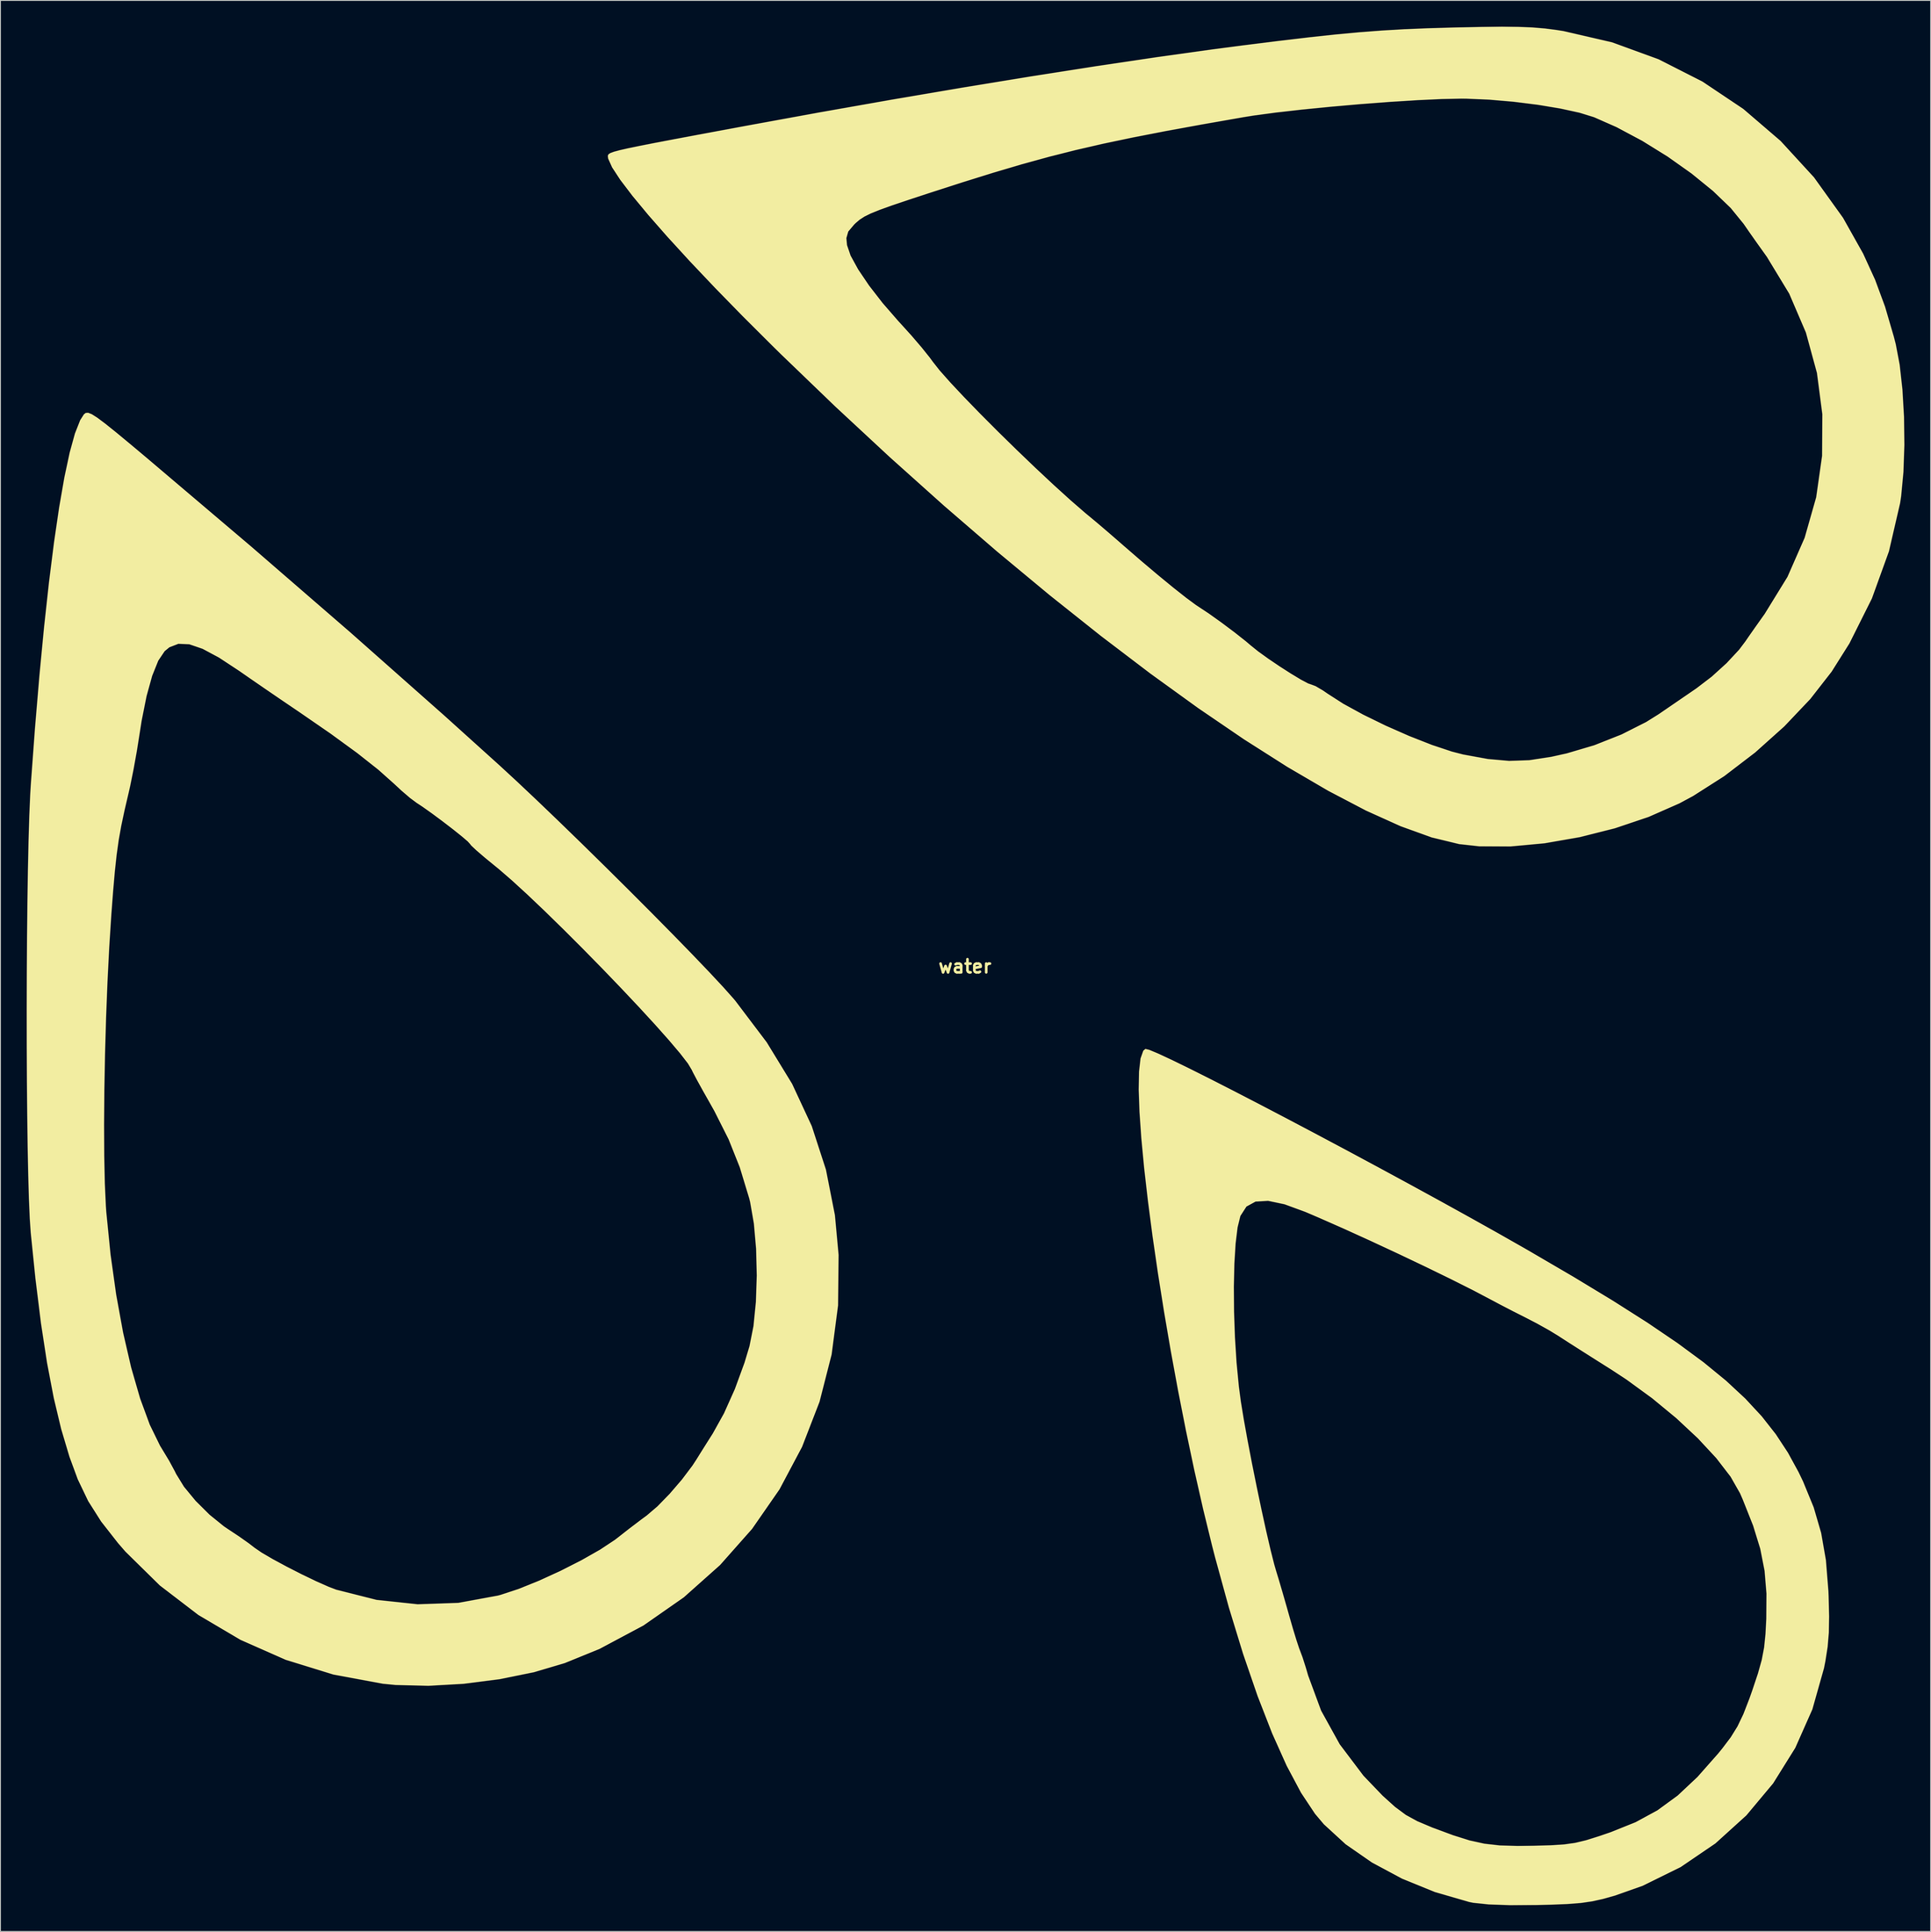
<source format=kicad_pcb>
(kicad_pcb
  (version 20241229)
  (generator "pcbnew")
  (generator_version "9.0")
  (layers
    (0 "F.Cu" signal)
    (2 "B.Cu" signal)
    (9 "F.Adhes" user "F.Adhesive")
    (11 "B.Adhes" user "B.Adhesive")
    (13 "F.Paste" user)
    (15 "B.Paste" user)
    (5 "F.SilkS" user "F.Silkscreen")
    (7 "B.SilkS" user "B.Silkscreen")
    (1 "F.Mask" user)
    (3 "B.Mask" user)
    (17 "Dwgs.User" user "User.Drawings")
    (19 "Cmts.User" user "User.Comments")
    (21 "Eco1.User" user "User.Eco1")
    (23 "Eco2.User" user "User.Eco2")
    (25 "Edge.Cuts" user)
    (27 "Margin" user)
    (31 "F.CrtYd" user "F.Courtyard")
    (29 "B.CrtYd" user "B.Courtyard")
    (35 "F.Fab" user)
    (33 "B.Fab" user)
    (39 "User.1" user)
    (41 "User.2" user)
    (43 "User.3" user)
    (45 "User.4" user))
  (footprint "water"
    (layer "F.Cu")
    (at 107.149 107.3)
    (property "Reference" "water" (at 0 0 0) (layer "F.SilkS") (effects (font (size 1.5 1.5) (thickness 0.3))))
    (attr board_only exclude_from_pos_files exclude_from_bom)
    (fp_poly (pts (xy 21.056 9.529) (xy 22.076 9.956) (xy 23.606 10.668) (xy 25.589 11.635) (xy 27.967 12.827) (xy 30.682 14.213) (xy 33.676 15.762) (xy 36.893 17.444) (xy 40.273 19.229) (xy 43.76 21.087) (xy 47.295 22.987) (xy 50.82 24.898) (xy 54.278 26.79) (xy 57.611 28.633) (xy 60.761 30.396) (xy 63.671 32.049) (xy 64.394 32.464) (xy 69.498 35.446) (xy 73.998 38.171) (xy 77.942 40.679) (xy 81.378 43.011) (xy 84.354 45.205) (xy 86.916 47.303) (xy 89.113 49.344) (xy 90.993 51.369) (xy 92.602 53.417) (xy 93.989 55.528) (xy 95.2 57.743) (xy 95.716 58.816) (xy 96.929 61.772) (xy 97.78 64.688) (xy 98.323 67.797) (xy 98.608 71.328) (xy 98.631 71.907) (xy 98.688 74.227) (xy 98.656 76.076) (xy 98.52 77.695) (xy 98.264 79.325) (xy 98.103 80.139) (xy 96.777 84.832) (xy 94.825 89.232) (xy 92.296 93.286) (xy 89.239 96.941) (xy 85.701 100.145) (xy 81.733 102.845) (xy 77.381 104.988) (xy 74.232 106.099) (xy 72.87 106.482) (xy 71.634 106.756) (xy 70.343 106.943) (xy 68.816 107.063) (xy 66.873 107.14) (xy 65.289 107.177) (xy 62.229 107.193) (xy 59.807 107.108) (xy 58.054 106.924) (xy 57.597 106.834) (xy 53.668 105.695) (xy 49.926 104.171) (xy 46.488 102.329) (xy 43.471 100.236) (xy 40.988 97.959) (xy 39.977 96.761) (xy 38.379 94.353) (xy 36.741 91.277) (xy 35.081 87.578) (xy 33.415 83.301) (xy 31.761 78.493) (xy 30.137 73.196) (xy 28.56 67.458) (xy 28.231 66.183) (xy 27.195 61.945) (xy 26.196 57.541) (xy 25.243 53.028) (xy 24.342 48.46) (xy 23.502 43.894) (xy 22.729 39.384) (xy 22.283 36.569) (xy 30.709 36.569) (xy 30.731 39.416) (xy 30.834 42.349) (xy 31.018 45.244) (xy 31.282 47.975) (xy 31.511 49.7) (xy 31.841 51.714) (xy 32.271 54.097) (xy 32.772 56.709) (xy 33.316 59.409) (xy 33.872 62.058) (xy 34.411 64.515) (xy 34.905 66.639) (xy 35.323 68.29) (xy 35.542 69.045) (xy 35.869 70.117) (xy 36.311 71.623) (xy 36.794 73.306) (xy 37.004 74.054) (xy 37.448 75.593) (xy 37.857 76.932) (xy 38.171 77.88) (xy 38.283 78.168) (xy 38.555 78.895) (xy 38.919 80.031) (xy 39.196 80.978) (xy 40.674 84.977) (xy 42.801 88.823) (xy 45.512 92.412) (xy 47.696 94.69) (xy 49.117 95.971) (xy 50.349 96.886) (xy 51.666 97.608) (xy 53.343 98.315) (xy 53.438 98.351) (xy 55.741 99.206) (xy 57.627 99.8) (xy 59.327 100.174) (xy 61.071 100.37) (xy 63.09 100.428) (xy 64.931 100.407) (xy 66.917 100.351) (xy 68.424 100.255) (xy 69.688 100.077) (xy 70.945 99.775) (xy 72.431 99.308) (xy 73.76 98.852) (xy 76.589 97.717) (xy 79.086 96.36) (xy 81.392 94.676) (xy 83.649 92.558) (xy 85.997 89.901) (xy 86.485 89.302) (xy 87.455 88.02) (xy 88.221 86.784) (xy 88.896 85.377) (xy 89.591 83.583) (xy 89.909 82.683) (xy 90.559 80.738) (xy 90.993 79.191) (xy 91.263 77.778) (xy 91.422 76.236) (xy 91.512 74.494) (xy 91.533 71.612) (xy 91.318 69.015) (xy 90.824 66.499) (xy 90.009 63.857) (xy 88.829 60.885) (xy 88.514 60.161) (xy 87.434 58.266) (xy 85.8 56.147) (xy 83.704 53.891) (xy 81.235 51.585) (xy 78.485 49.318) (xy 75.544 47.175) (xy 73.84 46.057) (xy 72.088 44.952) (xy 70.437 43.905) (xy 69.032 43.009) (xy 68.025 42.36) (xy 67.758 42.185) (xy 66.694 41.537) (xy 65.303 40.763) (xy 64.037 40.106) (xy 62.581 39.371) (xy 61.117 38.612) (xy 60.101 38.071) (xy 58.061 36.997) (xy 55.512 35.716) (xy 52.604 34.298) (xy 49.486 32.814) (xy 46.31 31.336) (xy 43.224 29.933) (xy 40.379 28.679) (xy 38.869 28.034) (xy 36.498 27.164) (xy 34.618 26.77) (xy 33.184 26.855) (xy 32.15 27.421) (xy 31.47 28.473) (xy 31.444 28.541) (xy 31.136 29.794) (xy 30.911 31.633) (xy 30.769 33.933) (xy 30.709 36.569) (xy 22.283 36.569) (xy 22.031 34.986) (xy 21.416 30.757) (xy 20.892 26.75) (xy 20.464 23.023) (xy 20.142 19.63) (xy 19.932 16.627) (xy 19.841 14.069) (xy 19.879 12.013) (xy 20.051 10.513) (xy 20.365 9.626) (xy 20.605 9.417)) (stroke (width 0) (type solid)) (fill yes) (layer "F.SilkS"))
    (fp_poly (pts (xy -99.715 -63.054) (xy -99.081 -62.652) (xy -98.167 -61.967) (xy -96.904 -60.953) (xy -95.224 -59.561) (xy -93.419 -58.047) (xy -81.484 -47.919) (xy -70.162 -38.116) (xy -59.438 -28.623) (xy -53.125 -22.928) (xy -51.122 -21.079) (xy -48.843 -18.928) (xy -46.359 -16.545) (xy -43.741 -14.002) (xy -41.059 -11.369) (xy -38.385 -8.716) (xy -35.787 -6.113) (xy -33.338 -3.632) (xy -31.108 -1.342) (xy -29.167 0.686) (xy -27.586 2.381) (xy -26.436 3.673) (xy -26.216 3.935) (xy -22.635 8.669) (xy -19.737 13.411) (xy -17.493 18.233) (xy -15.874 23.207) (xy -14.849 28.406) (xy -14.43 32.944) (xy -14.49 38.708) (xy -15.225 44.313) (xy -16.606 49.713) (xy -18.601 54.863) (xy -21.179 59.717) (xy -24.31 64.229) (xy -27.963 68.353) (xy -32.107 72.043) (xy -36.711 75.254) (xy -41.745 77.939) (xy -45.708 79.553) (xy -49.219 80.593) (xy -53.138 81.39) (xy -57.235 81.916) (xy -61.277 82.146) (xy -65.031 82.053) (xy -66.479 81.91) (xy -72.134 80.86) (xy -77.573 79.179) (xy -82.732 76.9) (xy -87.545 74.058) (xy -91.949 70.686) (xy -95.878 66.821) (xy -96.728 65.841) (xy -98.648 63.389) (xy -100.126 61.057) (xy -101.318 58.571) (xy -102.27 55.987) (xy -103.215 52.816) (xy -104.064 49.259) (xy -104.83 45.251) (xy -105.524 40.723) (xy -106.157 35.609) (xy -106.69 30.408) (xy -106.8 28.802) (xy -106.896 26.568) (xy -106.976 23.795) (xy -107.042 20.57) (xy -107.076 18.054) (xy -98.312 18.054) (xy -98.294 21.629) (xy -98.227 24.769) (xy -98.108 27.354) (xy -98.056 28.083) (xy -97.575 32.88) (xy -96.929 37.486) (xy -96.138 41.819) (xy -95.221 45.793) (xy -94.199 49.327) (xy -93.092 52.336) (xy -91.918 54.737) (xy -91.592 55.272) (xy -90.875 56.461) (xy -90.226 57.663) (xy -90.084 57.955) (xy -89.188 59.414) (xy -87.856 61.029) (xy -86.274 62.602) (xy -84.627 63.936) (xy -84.119 64.279) (xy -82.896 65.089) (xy -81.771 65.884) (xy -81.12 66.387) (xy -80.32 66.935) (xy -79.042 67.682) (xy -77.46 68.536) (xy -75.753 69.407) (xy -74.094 70.205) (xy -72.661 70.84) (xy -71.797 71.169) (xy -67.192 72.333) (xy -62.507 72.834) (xy -57.849 72.671) (xy -53.322 71.838) (xy -53.007 71.753) (xy -50.986 71.088) (xy -48.653 70.147) (xy -46.198 69.024) (xy -43.81 67.811) (xy -41.676 66.6) (xy -39.987 65.484) (xy -39.632 65.211) (xy -38.353 64.209) (xy -36.977 63.165) (xy -36.333 62.691) (xy -35.121 61.656) (xy -33.724 60.222) (xy -32.329 58.601) (xy -31.124 57.003) (xy -30.669 56.307) (xy -30.128 55.437) (xy -29.387 54.26) (xy -28.8 53.335) (xy -27.517 51.029) (xy -26.275 48.255) (xy -25.178 45.256) (xy -24.604 43.35) (xy -24.151 41.065) (xy -23.875 38.306) (xy -23.775 35.291) (xy -23.852 32.241) (xy -24.105 29.373) (xy -24.533 26.907) (xy -24.642 26.473) (xy -25.714 22.946) (xy -26.992 19.743) (xy -28.62 16.512) (xy -29.154 15.562) (xy -29.947 14.162) (xy -30.613 12.956) (xy -31.065 12.103) (xy -31.206 11.806) (xy -31.642 11.082) (xy -32.53 9.933) (xy -33.804 8.429) (xy -35.399 6.636) (xy -37.248 4.625) (xy -39.286 2.463) (xy -41.445 0.218) (xy -43.66 -2.04) (xy -45.865 -4.243) (xy -47.994 -6.323) (xy -49.981 -8.212) (xy -51.76 -9.84) (xy -53.264 -11.14) (xy -53.631 -11.438) (xy -54.83 -12.419) (xy -55.787 -13.241) (xy -56.384 -13.8) (xy -56.524 -13.982) (xy -56.791 -14.277) (xy -57.5 -14.881) (xy -58.508 -15.685) (xy -59.677 -16.582) (xy -60.865 -17.463) (xy -61.932 -18.22) (xy -62.62 -18.674) (xy -63.366 -19.227) (xy -64.366 -20.083) (xy -65.183 -20.844) (xy -66.998 -22.461) (xy -69.42 -24.373) (xy -72.461 -26.589) (xy -76.021 -29.042) (xy -77.847 -30.279) (xy -79.795 -31.609) (xy -81.615 -32.861) (xy -82.888 -33.745) (xy -85.185 -35.256) (xy -87.062 -36.262) (xy -88.587 -36.783) (xy -89.829 -36.836) (xy -90.856 -36.438) (xy -91.392 -35.998) (xy -92.124 -34.91) (xy -92.82 -33.177) (xy -93.46 -30.867) (xy -94.023 -28.05) (xy -94.254 -26.582) (xy -94.569 -24.596) (xy -94.947 -22.499) (xy -95.327 -20.618) (xy -95.5 -19.855) (xy -95.975 -17.823) (xy -96.347 -16.071) (xy -96.641 -14.429) (xy -96.879 -12.73) (xy -97.087 -10.806) (xy -97.288 -8.488) (xy -97.484 -5.902) (xy -97.723 -2.205) (xy -97.924 1.769) (xy -98.085 5.9) (xy -98.205 10.071) (xy -98.281 14.161) (xy -98.312 18.054) (xy -107.076 18.054) (xy -107.091 16.981) (xy -107.126 13.116) (xy -107.145 9.063) (xy -107.149 4.911) (xy -107.138 0.745) (xy -107.112 -3.344) (xy -107.07 -7.27) (xy -107.013 -10.944) (xy -106.941 -14.279) (xy -106.854 -17.187) (xy -106.752 -19.579) (xy -106.682 -20.749) (xy -106.205 -27.196) (xy -105.698 -33.213) (xy -105.164 -38.772) (xy -104.608 -43.843) (xy -104.034 -48.397) (xy -103.446 -52.404) (xy -102.849 -55.834) (xy -102.246 -58.659) (xy -101.643 -60.848) (xy -101.042 -62.373) (xy -100.617 -63.039) (xy -100.414 -63.2) (xy -100.136 -63.221)) (stroke (width 0) (type solid)) (fill yes) (layer "F.SilkS"))
    (fp_poly (pts (xy 63.228 -107.281) (xy 64.811 -107.217) (xy 66.202 -107.101) (xy 67.533 -106.931) (xy 68.347 -106.802) (xy 73.902 -105.517) (xy 79.21 -103.582) (xy 84.222 -101.035) (xy 88.886 -97.913) (xy 93.15 -94.254) (xy 96.964 -90.097) (xy 100.277 -85.48) (xy 102.577 -81.387) (xy 103.941 -78.404) (xy 105.075 -75.338) (xy 106.08 -71.905) (xy 106.301 -71.047) (xy 106.746 -68.708) (xy 107.062 -65.872) (xy 107.243 -62.747) (xy 107.283 -59.539) (xy 107.177 -56.456) (xy 106.918 -53.706) (xy 106.799 -52.91) (xy 105.522 -47.395) (xy 103.576 -42.013) (xy 101.009 -36.881) (xy 98.977 -33.656) (xy 96.542 -30.535) (xy 93.575 -27.41) (xy 90.242 -24.425) (xy 86.711 -21.725) (xy 83.149 -19.454) (xy 81.591 -18.616) (xy 78.071 -17.067) (xy 74.224 -15.771) (xy 70.209 -14.758) (xy 66.184 -14.057) (xy 62.307 -13.697) (xy 58.737 -13.709) (xy 56.437 -13.964) (xy 53.309 -14.723) (xy 49.752 -16.006) (xy 45.798 -17.791) (xy 41.478 -20.054) (xy 36.826 -22.773) (xy 31.871 -25.924) (xy 26.647 -29.484) (xy 21.185 -33.43) (xy 15.517 -37.74) (xy 9.674 -42.389) (xy 3.688 -47.356) (xy -2.409 -52.617) (xy -8.585 -58.149) (xy -14.808 -63.928) (xy -21.047 -69.933) (xy -21.955 -70.826) (xy -25.382 -74.243) (xy -28.549 -77.487) (xy -31.424 -80.52) (xy -33.841 -83.161) (xy -13.541 -83.161) (xy -13.469 -82.366) (xy -13.059 -81.163) (xy -12.193 -79.585) (xy -10.947 -77.741) (xy -9.393 -75.737) (xy -7.606 -73.682) (xy -7.334 -73.388) (xy -6.112 -72.038) (xy -4.948 -70.679) (xy -4.015 -69.515) (xy -3.671 -69.045) (xy -2.899 -68.064) (xy -1.681 -66.69) (xy -0.103 -65.007) (xy 1.747 -63.103) (xy 3.784 -61.06) (xy 5.922 -58.966) (xy 8.073 -56.904) (xy 10.151 -54.961) (xy 12.071 -53.221) (xy 13.745 -51.769) (xy 14.31 -51.303) (xy 15.159 -50.595) (xy 16.335 -49.592) (xy 17.626 -48.473) (xy 18.066 -48.088) (xy 20.085 -46.34) (xy 22.026 -44.702) (xy 23.786 -43.257) (xy 25.265 -42.089) (xy 26.361 -41.279) (xy 26.706 -41.051) (xy 27.854 -40.291) (xy 29.296 -39.262) (xy 30.786 -38.146) (xy 32.076 -37.127) (xy 32.659 -36.633) (xy 33.488 -35.967) (xy 34.627 -35.146) (xy 35.922 -34.27) (xy 37.218 -33.439) (xy 38.36 -32.751) (xy 39.193 -32.309) (xy 39.523 -32.197) (xy 40.049 -32) (xy 40.899 -31.498) (xy 41.417 -31.142) (xy 43.207 -29.992) (xy 45.482 -28.746) (xy 48.051 -27.491) (xy 50.724 -26.313) (xy 53.309 -25.297) (xy 55.615 -24.528) (xy 56.918 -24.193) (xy 59.714 -23.683) (xy 62.132 -23.467) (xy 64.448 -23.548) (xy 66.938 -23.929) (xy 68.735 -24.328) (xy 71.875 -25.257) (xy 74.983 -26.487) (xy 77.796 -27.908) (xy 79.218 -28.796) (xy 80.725 -29.828) (xy 82.392 -30.97) (xy 83.534 -31.752) (xy 85.284 -33.089) (xy 86.978 -34.626) (xy 88.403 -36.157) (xy 89.103 -37.082) (xy 89.552 -37.735) (xy 90.277 -38.768) (xy 91.138 -39.983) (xy 91.327 -40.247) (xy 93.933 -44.48) (xy 95.894 -48.944) (xy 97.212 -53.571) (xy 97.885 -58.295) (xy 97.914 -63.048) (xy 97.298 -67.764) (xy 96.038 -72.375) (xy 94.133 -76.815) (xy 91.583 -81.016) (xy 91.398 -81.276) (xy 90.474 -82.568) (xy 89.594 -83.816) (xy 88.943 -84.759) (xy 88.925 -84.786) (xy 87.45 -86.598) (xy 85.425 -88.544) (xy 82.979 -90.533) (xy 80.241 -92.472) (xy 77.34 -94.269) (xy 74.405 -95.833) (xy 71.842 -96.964) (xy 70.192 -97.474) (xy 68.001 -97.954) (xy 65.442 -98.379) (xy 62.689 -98.725) (xy 59.916 -98.967) (xy 57.298 -99.08) (xy 56.703 -99.086) (xy 54.458 -99.041) (xy 51.672 -98.912) (xy 48.512 -98.713) (xy 45.145 -98.457) (xy 41.738 -98.158) (xy 38.457 -97.832) (xy 35.469 -97.491) (xy 32.94 -97.151) (xy 31.839 -96.974) (xy 27.066 -96.137) (xy 22.878 -95.371) (xy 19.156 -94.647) (xy 15.777 -93.937) (xy 12.62 -93.209) (xy 9.563 -92.436) (xy 6.484 -91.588) (xy 3.262 -90.635) (xy -0.225 -89.549) (xy -3.935 -88.353) (xy -6.417 -87.538) (xy -8.314 -86.899) (xy -9.726 -86.392) (xy -10.75 -85.978) (xy -11.484 -85.616) (xy -12.026 -85.264) (xy -12.475 -84.882) (xy -12.655 -84.706) (xy -13.327 -83.909) (xy -13.541 -83.161) (xy -33.841 -83.161) (xy -33.975 -83.306) (xy -36.169 -85.808) (xy -37.976 -87.988) (xy -39.362 -89.81) (xy -40.296 -91.237) (xy -40.746 -92.233) (xy -40.783 -92.489) (xy -40.77 -92.624) (xy -40.691 -92.75) (xy -40.486 -92.878) (xy -40.095 -93.022) (xy -39.456 -93.196) (xy -38.51 -93.412) (xy -37.197 -93.684) (xy -35.456 -94.026) (xy -33.227 -94.451) (xy -30.45 -94.972) (xy -27.063 -95.602) (xy -24.828 -96.017) (xy -16.548 -97.529) (xy -8.34 -98.976) (xy -0.299 -100.344) (xy 7.48 -101.618) (xy 14.902 -102.781) (xy 21.872 -103.819) (xy 28.294 -104.716) (xy 31.661 -105.157) (xy 35.721 -105.665) (xy 39.21 -106.078) (xy 42.263 -106.408) (xy 45.014 -106.665) (xy 47.601 -106.863) (xy 50.157 -107.012) (xy 52.82 -107.123) (xy 55.724 -107.208) (xy 56.022 -107.215) (xy 58.964 -107.276) (xy 61.323 -107.3)) (stroke (width 0) (type solid)) (fill yes) (layer "F.SilkS")))
  (gr_rect
    (start -3 -3)
    (end 217.432 217.493)
    (stroke (width 0.1) (type default))
    (fill no)
    (layer "Edge.Cuts")))
</source>
